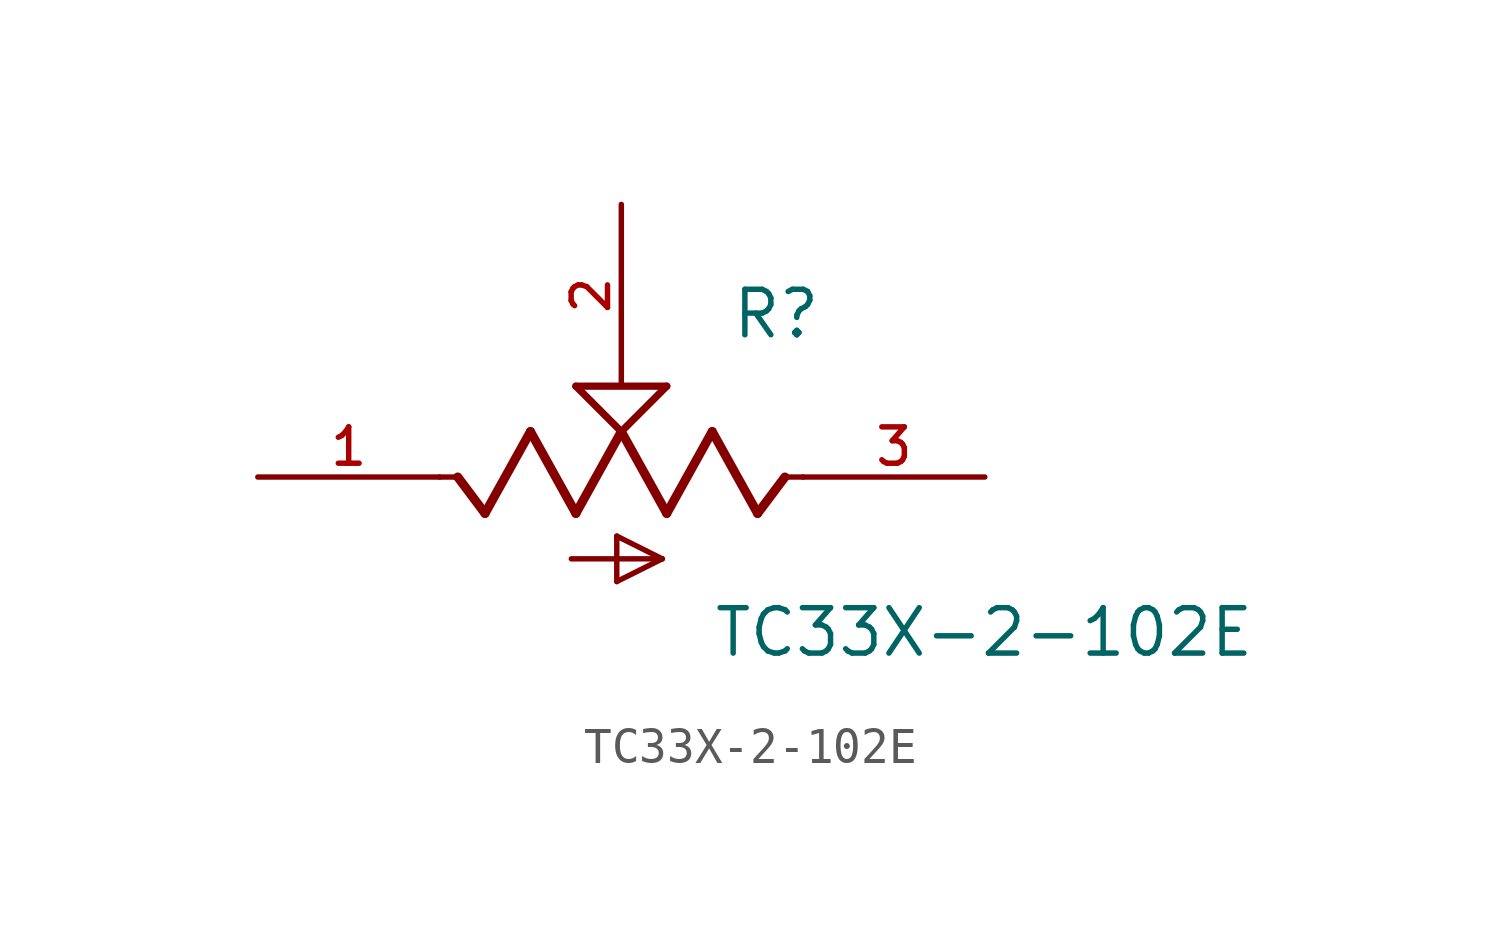
<source format=kicad_sym>
(kicad_symbol_lib
  (version 20211014)
  (generator kicad_symbol_editor)
  (symbol "TC33X-2-102E"
    (pin_names
      (offset 1.016))
    (property "Reference" "R"
      (at 3.051 3.814 0)
      (effects (font (size 1.27 1.27)) (justify bottom left)))
    (property "Value" "TC33X-2-102E"
      (at 2.542 -5.084 0)
      (effects (font (size 1.27 1.27)) (justify bottom left)))
    (symbol "TC33X-2-102E_0_0"
      (polyline (pts (xy 5.08 0.0) (xy 4.572 0.0)) (stroke (width 0.152)))
      (polyline (pts (xy 4.572 0.0) (xy 3.81 -1.016)) (stroke (width 0.254)))
      (polyline (pts (xy 3.81 -1.016) (xy 2.54 1.27)) (stroke (width 0.254)))
      (polyline (pts (xy 2.54 1.27) (xy 1.27 -1.016)) (stroke (width 0.254)))
      (polyline (pts (xy 1.27 -1.016) (xy 0.0 1.27)) (stroke (width 0.254)))
      (polyline (pts (xy 0.0 1.27) (xy -1.27 -1.016)) (stroke (width 0.254)))
      (polyline (pts (xy -1.27 -1.016) (xy -2.54 1.27)) (stroke (width 0.254)))
      (polyline (pts (xy -2.54 1.27) (xy -3.81 -1.016)) (stroke (width 0.254)))
      (polyline (pts (xy -3.81 -1.016) (xy -4.572 0.0)) (stroke (width 0.254)))
      (polyline (pts (xy -4.572 0.0) (xy -5.08 0.0)) (stroke (width 0.152)))
      (polyline (pts (xy 0.0 1.27) (xy -1.27 2.54)) (stroke (width 0.203)))
      (polyline (pts (xy 1.27 2.54) (xy 0.0 1.27)) (stroke (width 0.203)))
      (polyline (pts (xy -1.27 2.54) (xy 1.27 2.54)) (stroke (width 0.203)))
      (polyline (pts (xy -1.397 -2.286) (xy 1.143 -2.286)) (stroke (width 0.152)))
      (polyline (pts (xy 1.143 -2.286) (xy -0.127 -2.921)) (stroke (width 0.152)))
      (polyline (pts (xy -0.127 -2.921) (xy -0.127 -1.651)) (stroke (width 0.152)))
      (polyline (pts (xy -0.127 -1.651) (xy 1.143 -2.286)) (stroke (width 0.152)))
      (pin passive line (at 10.16 0.0 180.0) (length 5.08) (name "~" (effects (font (size 1.016 1.016)))) (number "3" (effects (font (size 1.016 1.016)))))
      (pin passive line (at 0.0 7.62 270.0) (length 5.08) (name "~" (effects (font (size 1.016 1.016)))) (number "2" (effects (font (size 1.016 1.016)))))
      (pin passive line (at -10.16 0.0 0) (length 5.08) (name "~" (effects (font (size 1.016 1.016)))) (number "1" (effects (font (size 1.016 1.016))))))))
</source>
